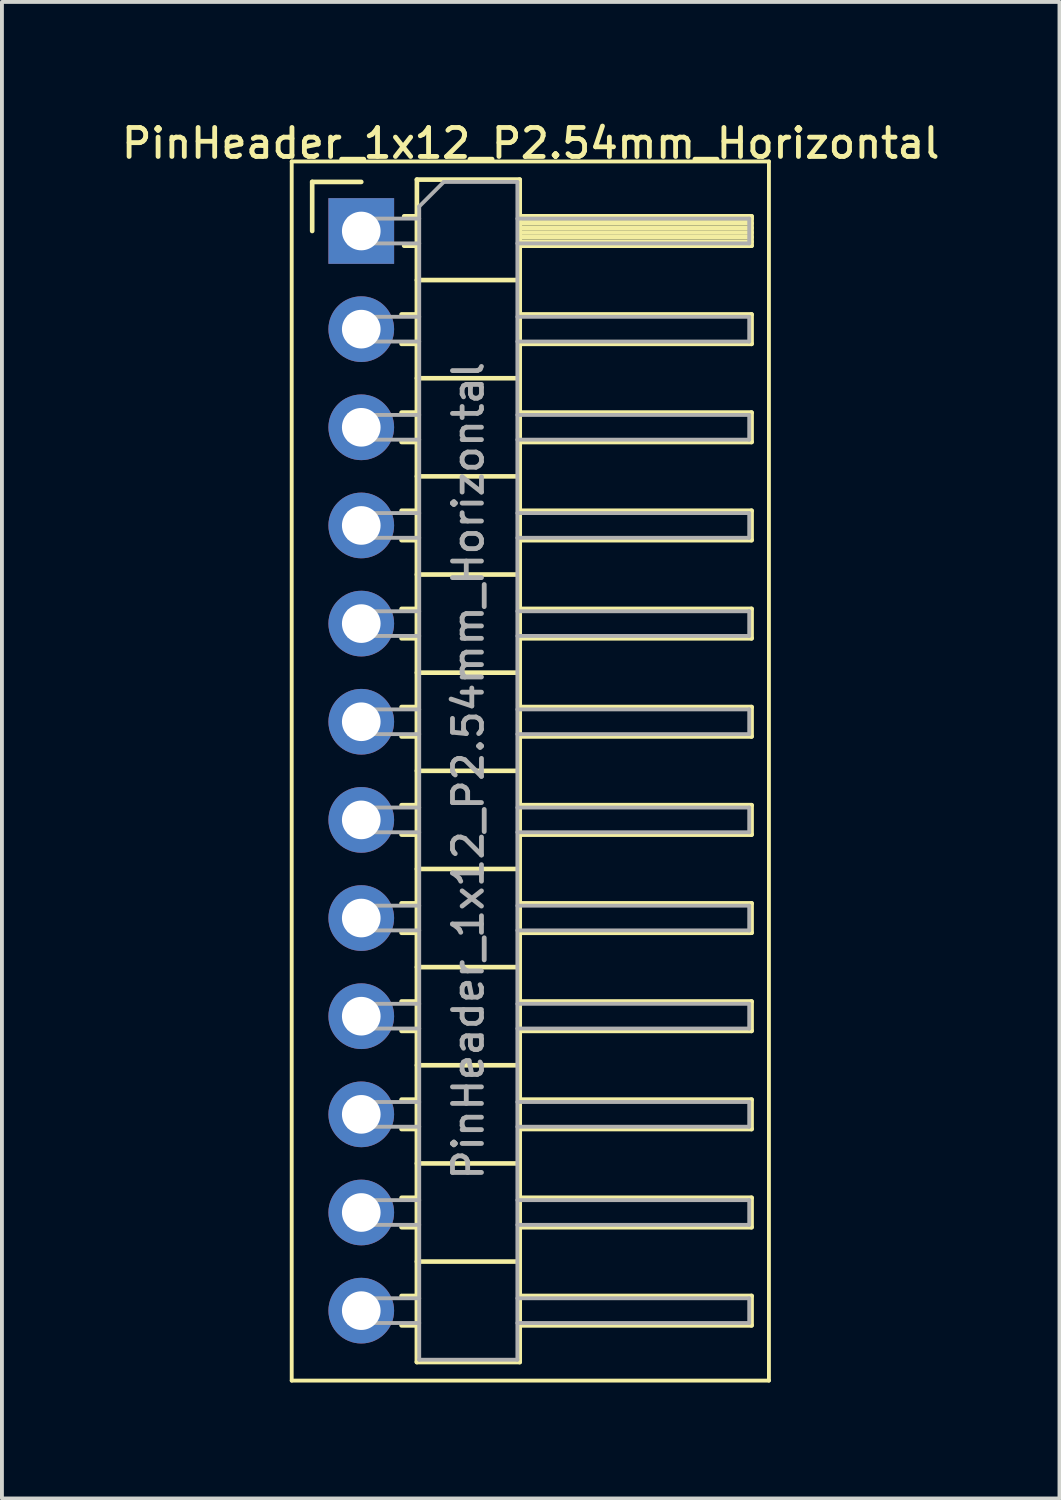
<source format=kicad_pcb>
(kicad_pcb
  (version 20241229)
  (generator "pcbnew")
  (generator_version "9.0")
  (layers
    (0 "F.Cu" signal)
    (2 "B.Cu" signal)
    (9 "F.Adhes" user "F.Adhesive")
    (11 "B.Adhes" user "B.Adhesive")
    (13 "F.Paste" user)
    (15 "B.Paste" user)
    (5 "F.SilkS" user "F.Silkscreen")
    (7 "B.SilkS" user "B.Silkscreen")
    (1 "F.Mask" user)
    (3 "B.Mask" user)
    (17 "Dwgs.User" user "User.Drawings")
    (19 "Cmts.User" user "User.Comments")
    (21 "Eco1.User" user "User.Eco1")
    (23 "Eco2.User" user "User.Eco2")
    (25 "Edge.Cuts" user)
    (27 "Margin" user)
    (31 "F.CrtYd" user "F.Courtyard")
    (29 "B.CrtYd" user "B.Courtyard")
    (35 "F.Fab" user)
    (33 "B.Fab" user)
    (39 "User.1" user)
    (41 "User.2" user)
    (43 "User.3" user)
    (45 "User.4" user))
  (footprint "PinHeader_1x12_P2.54mm_Horizontal"
    (layer "F.Cu")
    (at 6.299 2.928)
    (property "Reference" "PinHeader_1x12_P2.54mm_Horizontal" (at 4.385 -2.27 0) (layer "F.SilkS") (effects (font (size 0.75 0.75) (thickness 0.125))))
    (attr through_hole)
    (fp_line (start -1.8 -1.8) (end -1.8 29.75) (stroke (width 0.1) (type solid)) (layer "F.SilkS"))
    (fp_line (start -1.8 29.75) (end 10.55 29.75) (stroke (width 0.1) (type solid)) (layer "F.SilkS"))
    (fp_line (start -1.27 -1.27) (end 0 -1.27) (stroke (width 0.12) (type solid)) (layer "F.SilkS"))
    (fp_line (start -1.27 0) (end -1.27 -1.27) (stroke (width 0.12) (type solid)) (layer "F.SilkS"))
    (fp_line (start 1.043 2.16) (end 1.44 2.16) (stroke (width 0.12) (type solid)) (layer "F.SilkS"))
    (fp_line (start 1.043 2.92) (end 1.44 2.92) (stroke (width 0.12) (type solid)) (layer "F.SilkS"))
    (fp_line (start 1.043 4.7) (end 1.44 4.7) (stroke (width 0.12) (type solid)) (layer "F.SilkS"))
    (fp_line (start 1.043 5.46) (end 1.44 5.46) (stroke (width 0.12) (type solid)) (layer "F.SilkS"))
    (fp_line (start 1.043 7.24) (end 1.44 7.24) (stroke (width 0.12) (type solid)) (layer "F.SilkS"))
    (fp_line (start 1.043 8) (end 1.44 8) (stroke (width 0.12) (type solid)) (layer "F.SilkS"))
    (fp_line (start 1.043 9.78) (end 1.44 9.78) (stroke (width 0.12) (type solid)) (layer "F.SilkS"))
    (fp_line (start 1.043 10.54) (end 1.44 10.54) (stroke (width 0.12) (type solid)) (layer "F.SilkS"))
    (fp_line (start 1.043 12.32) (end 1.44 12.32) (stroke (width 0.12) (type solid)) (layer "F.SilkS"))
    (fp_line (start 1.043 13.08) (end 1.44 13.08) (stroke (width 0.12) (type solid)) (layer "F.SilkS"))
    (fp_line (start 1.043 14.86) (end 1.44 14.86) (stroke (width 0.12) (type solid)) (layer "F.SilkS"))
    (fp_line (start 1.043 15.62) (end 1.44 15.62) (stroke (width 0.12) (type solid)) (layer "F.SilkS"))
    (fp_line (start 1.043 17.4) (end 1.44 17.4) (stroke (width 0.12) (type solid)) (layer "F.SilkS"))
    (fp_line (start 1.043 18.16) (end 1.44 18.16) (stroke (width 0.12) (type solid)) (layer "F.SilkS"))
    (fp_line (start 1.043 19.94) (end 1.44 19.94) (stroke (width 0.12) (type solid)) (layer "F.SilkS"))
    (fp_line (start 1.043 20.7) (end 1.44 20.7) (stroke (width 0.12) (type solid)) (layer "F.SilkS"))
    (fp_line (start 1.043 22.48) (end 1.44 22.48) (stroke (width 0.12) (type solid)) (layer "F.SilkS"))
    (fp_line (start 1.043 23.24) (end 1.44 23.24) (stroke (width 0.12) (type solid)) (layer "F.SilkS"))
    (fp_line (start 1.043 25.02) (end 1.44 25.02) (stroke (width 0.12) (type solid)) (layer "F.SilkS"))
    (fp_line (start 1.043 25.78) (end 1.44 25.78) (stroke (width 0.12) (type solid)) (layer "F.SilkS"))
    (fp_line (start 1.043 27.56) (end 1.44 27.56) (stroke (width 0.12) (type solid)) (layer "F.SilkS"))
    (fp_line (start 1.043 28.32) (end 1.44 28.32) (stroke (width 0.12) (type solid)) (layer "F.SilkS"))
    (fp_line (start 1.11 -0.38) (end 1.44 -0.38) (stroke (width 0.12) (type solid)) (layer "F.SilkS"))
    (fp_line (start 1.11 0.38) (end 1.44 0.38) (stroke (width 0.12) (type solid)) (layer "F.SilkS"))
    (fp_line (start 1.44 -1.33) (end 1.44 29.27) (stroke (width 0.12) (type solid)) (layer "F.SilkS"))
    (fp_line (start 1.44 1.27) (end 4.1 1.27) (stroke (width 0.12) (type solid)) (layer "F.SilkS"))
    (fp_line (start 1.44 3.81) (end 4.1 3.81) (stroke (width 0.12) (type solid)) (layer "F.SilkS"))
    (fp_line (start 1.44 6.35) (end 4.1 6.35) (stroke (width 0.12) (type solid)) (layer "F.SilkS"))
    (fp_line (start 1.44 8.89) (end 4.1 8.89) (stroke (width 0.12) (type solid)) (layer "F.SilkS"))
    (fp_line (start 1.44 11.43) (end 4.1 11.43) (stroke (width 0.12) (type solid)) (layer "F.SilkS"))
    (fp_line (start 1.44 13.97) (end 4.1 13.97) (stroke (width 0.12) (type solid)) (layer "F.SilkS"))
    (fp_line (start 1.44 16.51) (end 4.1 16.51) (stroke (width 0.12) (type solid)) (layer "F.SilkS"))
    (fp_line (start 1.44 19.05) (end 4.1 19.05) (stroke (width 0.12) (type solid)) (layer "F.SilkS"))
    (fp_line (start 1.44 21.59) (end 4.1 21.59) (stroke (width 0.12) (type solid)) (layer "F.SilkS"))
    (fp_line (start 1.44 24.13) (end 4.1 24.13) (stroke (width 0.12) (type solid)) (layer "F.SilkS"))
    (fp_line (start 1.44 26.67) (end 4.1 26.67) (stroke (width 0.12) (type solid)) (layer "F.SilkS"))
    (fp_line (start 1.44 29.27) (end 4.1 29.27) (stroke (width 0.12) (type solid)) (layer "F.SilkS"))
    (fp_line (start 4.1 -1.33) (end 1.44 -1.33) (stroke (width 0.12) (type solid)) (layer "F.SilkS"))
    (fp_line (start 4.1 -0.38) (end 10.1 -0.38) (stroke (width 0.12) (type solid)) (layer "F.SilkS"))
    (fp_line (start 4.1 -0.32) (end 10.1 -0.32) (stroke (width 0.12) (type solid)) (layer "F.SilkS"))
    (fp_line (start 4.1 -0.2) (end 10.1 -0.2) (stroke (width 0.12) (type solid)) (layer "F.SilkS"))
    (fp_line (start 4.1 -0.08) (end 10.1 -0.08) (stroke (width 0.12) (type solid)) (layer "F.SilkS"))
    (fp_line (start 4.1 0.04) (end 10.1 0.04) (stroke (width 0.12) (type solid)) (layer "F.SilkS"))
    (fp_line (start 4.1 0.16) (end 10.1 0.16) (stroke (width 0.12) (type solid)) (layer "F.SilkS"))
    (fp_line (start 4.1 0.28) (end 10.1 0.28) (stroke (width 0.12) (type solid)) (layer "F.SilkS"))
    (fp_line (start 4.1 2.16) (end 10.1 2.16) (stroke (width 0.12) (type solid)) (layer "F.SilkS"))
    (fp_line (start 4.1 4.7) (end 10.1 4.7) (stroke (width 0.12) (type solid)) (layer "F.SilkS"))
    (fp_line (start 4.1 7.24) (end 10.1 7.24) (stroke (width 0.12) (type solid)) (layer "F.SilkS"))
    (fp_line (start 4.1 9.78) (end 10.1 9.78) (stroke (width 0.12) (type solid)) (layer "F.SilkS"))
    (fp_line (start 4.1 12.32) (end 10.1 12.32) (stroke (width 0.12) (type solid)) (layer "F.SilkS"))
    (fp_line (start 4.1 14.86) (end 10.1 14.86) (stroke (width 0.12) (type solid)) (layer "F.SilkS"))
    (fp_line (start 4.1 17.4) (end 10.1 17.4) (stroke (width 0.12) (type solid)) (layer "F.SilkS"))
    (fp_line (start 4.1 19.94) (end 10.1 19.94) (stroke (width 0.12) (type solid)) (layer "F.SilkS"))
    (fp_line (start 4.1 22.48) (end 10.1 22.48) (stroke (width 0.12) (type solid)) (layer "F.SilkS"))
    (fp_line (start 4.1 25.02) (end 10.1 25.02) (stroke (width 0.12) (type solid)) (layer "F.SilkS"))
    (fp_line (start 4.1 27.56) (end 10.1 27.56) (stroke (width 0.12) (type solid)) (layer "F.SilkS"))
    (fp_line (start 4.1 29.27) (end 4.1 -1.33) (stroke (width 0.12) (type solid)) (layer "F.SilkS"))
    (fp_line (start 10.1 -0.38) (end 10.1 0.38) (stroke (width 0.12) (type solid)) (layer "F.SilkS"))
    (fp_line (start 10.1 0.38) (end 4.1 0.38) (stroke (width 0.12) (type solid)) (layer "F.SilkS"))
    (fp_line (start 10.1 2.16) (end 10.1 2.92) (stroke (width 0.12) (type solid)) (layer "F.SilkS"))
    (fp_line (start 10.1 2.92) (end 4.1 2.92) (stroke (width 0.12) (type solid)) (layer "F.SilkS"))
    (fp_line (start 10.1 4.7) (end 10.1 5.46) (stroke (width 0.12) (type solid)) (layer "F.SilkS"))
    (fp_line (start 10.1 5.46) (end 4.1 5.46) (stroke (width 0.12) (type solid)) (layer "F.SilkS"))
    (fp_line (start 10.1 7.24) (end 10.1 8) (stroke (width 0.12) (type solid)) (layer "F.SilkS"))
    (fp_line (start 10.1 8) (end 4.1 8) (stroke (width 0.12) (type solid)) (layer "F.SilkS"))
    (fp_line (start 10.1 9.78) (end 10.1 10.54) (stroke (width 0.12) (type solid)) (layer "F.SilkS"))
    (fp_line (start 10.1 10.54) (end 4.1 10.54) (stroke (width 0.12) (type solid)) (layer "F.SilkS"))
    (fp_line (start 10.1 12.32) (end 10.1 13.08) (stroke (width 0.12) (type solid)) (layer "F.SilkS"))
    (fp_line (start 10.1 13.08) (end 4.1 13.08) (stroke (width 0.12) (type solid)) (layer "F.SilkS"))
    (fp_line (start 10.1 14.86) (end 10.1 15.62) (stroke (width 0.12) (type solid)) (layer "F.SilkS"))
    (fp_line (start 10.1 15.62) (end 4.1 15.62) (stroke (width 0.12) (type solid)) (layer "F.SilkS"))
    (fp_line (start 10.1 17.4) (end 10.1 18.16) (stroke (width 0.12) (type solid)) (layer "F.SilkS"))
    (fp_line (start 10.1 18.16) (end 4.1 18.16) (stroke (width 0.12) (type solid)) (layer "F.SilkS"))
    (fp_line (start 10.1 19.94) (end 10.1 20.7) (stroke (width 0.12) (type solid)) (layer "F.SilkS"))
    (fp_line (start 10.1 20.7) (end 4.1 20.7) (stroke (width 0.12) (type solid)) (layer "F.SilkS"))
    (fp_line (start 10.1 22.48) (end 10.1 23.24) (stroke (width 0.12) (type solid)) (layer "F.SilkS"))
    (fp_line (start 10.1 23.24) (end 4.1 23.24) (stroke (width 0.12) (type solid)) (layer "F.SilkS"))
    (fp_line (start 10.1 25.02) (end 10.1 25.78) (stroke (width 0.12) (type solid)) (layer "F.SilkS"))
    (fp_line (start 10.1 25.78) (end 4.1 25.78) (stroke (width 0.12) (type solid)) (layer "F.SilkS"))
    (fp_line (start 10.1 27.56) (end 10.1 28.32) (stroke (width 0.12) (type solid)) (layer "F.SilkS"))
    (fp_line (start 10.1 28.32) (end 4.1 28.32) (stroke (width 0.12) (type solid)) (layer "F.SilkS"))
    (fp_line (start 10.55 -1.8) (end -1.8 -1.8) (stroke (width 0.1) (type solid)) (layer "F.SilkS"))
    (fp_line (start 10.55 29.75) (end 10.55 -1.8) (stroke (width 0.1) (type solid)) (layer "F.SilkS"))
    (fp_line (start -0.32 -0.32) (end -0.32 0.32) (stroke (width 0.1) (type solid)) (layer "F.Fab"))
    (fp_line (start -0.32 -0.32) (end 1.5 -0.32) (stroke (width 0.1) (type solid)) (layer "F.Fab"))
    (fp_line (start -0.32 0.32) (end 1.5 0.32) (stroke (width 0.1) (type solid)) (layer "F.Fab"))
    (fp_line (start -0.32 2.22) (end -0.32 2.86) (stroke (width 0.1) (type solid)) (layer "F.Fab"))
    (fp_line (start -0.32 2.22) (end 1.5 2.22) (stroke (width 0.1) (type solid)) (layer "F.Fab"))
    (fp_line (start -0.32 2.86) (end 1.5 2.86) (stroke (width 0.1) (type solid)) (layer "F.Fab"))
    (fp_line (start -0.32 4.76) (end -0.32 5.4) (stroke (width 0.1) (type solid)) (layer "F.Fab"))
    (fp_line (start -0.32 4.76) (end 1.5 4.76) (stroke (width 0.1) (type solid)) (layer "F.Fab"))
    (fp_line (start -0.32 5.4) (end 1.5 5.4) (stroke (width 0.1) (type solid)) (layer "F.Fab"))
    (fp_line (start -0.32 7.3) (end -0.32 7.94) (stroke (width 0.1) (type solid)) (layer "F.Fab"))
    (fp_line (start -0.32 7.3) (end 1.5 7.3) (stroke (width 0.1) (type solid)) (layer "F.Fab"))
    (fp_line (start -0.32 7.94) (end 1.5 7.94) (stroke (width 0.1) (type solid)) (layer "F.Fab"))
    (fp_line (start -0.32 9.84) (end -0.32 10.48) (stroke (width 0.1) (type solid)) (layer "F.Fab"))
    (fp_line (start -0.32 9.84) (end 1.5 9.84) (stroke (width 0.1) (type solid)) (layer "F.Fab"))
    (fp_line (start -0.32 10.48) (end 1.5 10.48) (stroke (width 0.1) (type solid)) (layer "F.Fab"))
    (fp_line (start -0.32 12.38) (end -0.32 13.02) (stroke (width 0.1) (type solid)) (layer "F.Fab"))
    (fp_line (start -0.32 12.38) (end 1.5 12.38) (stroke (width 0.1) (type solid)) (layer "F.Fab"))
    (fp_line (start -0.32 13.02) (end 1.5 13.02) (stroke (width 0.1) (type solid)) (layer "F.Fab"))
    (fp_line (start -0.32 14.92) (end -0.32 15.56) (stroke (width 0.1) (type solid)) (layer "F.Fab"))
    (fp_line (start -0.32 14.92) (end 1.5 14.92) (stroke (width 0.1) (type solid)) (layer "F.Fab"))
    (fp_line (start -0.32 15.56) (end 1.5 15.56) (stroke (width 0.1) (type solid)) (layer "F.Fab"))
    (fp_line (start -0.32 17.46) (end -0.32 18.1) (stroke (width 0.1) (type solid)) (layer "F.Fab"))
    (fp_line (start -0.32 17.46) (end 1.5 17.46) (stroke (width 0.1) (type solid)) (layer "F.Fab"))
    (fp_line (start -0.32 18.1) (end 1.5 18.1) (stroke (width 0.1) (type solid)) (layer "F.Fab"))
    (fp_line (start -0.32 20) (end -0.32 20.64) (stroke (width 0.1) (type solid)) (layer "F.Fab"))
    (fp_line (start -0.32 20) (end 1.5 20) (stroke (width 0.1) (type solid)) (layer "F.Fab"))
    (fp_line (start -0.32 20.64) (end 1.5 20.64) (stroke (width 0.1) (type solid)) (layer "F.Fab"))
    (fp_line (start -0.32 22.54) (end -0.32 23.18) (stroke (width 0.1) (type solid)) (layer "F.Fab"))
    (fp_line (start -0.32 22.54) (end 1.5 22.54) (stroke (width 0.1) (type solid)) (layer "F.Fab"))
    (fp_line (start -0.32 23.18) (end 1.5 23.18) (stroke (width 0.1) (type solid)) (layer "F.Fab"))
    (fp_line (start -0.32 25.08) (end -0.32 25.72) (stroke (width 0.1) (type solid)) (layer "F.Fab"))
    (fp_line (start -0.32 25.08) (end 1.5 25.08) (stroke (width 0.1) (type solid)) (layer "F.Fab"))
    (fp_line (start -0.32 25.72) (end 1.5 25.72) (stroke (width 0.1) (type solid)) (layer "F.Fab"))
    (fp_line (start -0.32 27.62) (end -0.32 28.26) (stroke (width 0.1) (type solid)) (layer "F.Fab"))
    (fp_line (start -0.32 27.62) (end 1.5 27.62) (stroke (width 0.1) (type solid)) (layer "F.Fab"))
    (fp_line (start -0.32 28.26) (end 1.5 28.26) (stroke (width 0.1) (type solid)) (layer "F.Fab"))
    (fp_line (start 1.5 -0.635) (end 2.135 -1.27) (stroke (width 0.1) (type solid)) (layer "F.Fab"))
    (fp_line (start 1.5 29.21) (end 1.5 -0.635) (stroke (width 0.1) (type solid)) (layer "F.Fab"))
    (fp_line (start 2.135 -1.27) (end 4.04 -1.27) (stroke (width 0.1) (type solid)) (layer "F.Fab"))
    (fp_line (start 4.04 -1.27) (end 4.04 29.21) (stroke (width 0.1) (type solid)) (layer "F.Fab"))
    (fp_line (start 4.04 -0.32) (end 10.04 -0.32) (stroke (width 0.1) (type solid)) (layer "F.Fab"))
    (fp_line (start 4.04 0.32) (end 10.04 0.32) (stroke (width 0.1) (type solid)) (layer "F.Fab"))
    (fp_line (start 4.04 2.22) (end 10.04 2.22) (stroke (width 0.1) (type solid)) (layer "F.Fab"))
    (fp_line (start 4.04 2.86) (end 10.04 2.86) (stroke (width 0.1) (type solid)) (layer "F.Fab"))
    (fp_line (start 4.04 4.76) (end 10.04 4.76) (stroke (width 0.1) (type solid)) (layer "F.Fab"))
    (fp_line (start 4.04 5.4) (end 10.04 5.4) (stroke (width 0.1) (type solid)) (layer "F.Fab"))
    (fp_line (start 4.04 7.3) (end 10.04 7.3) (stroke (width 0.1) (type solid)) (layer "F.Fab"))
    (fp_line (start 4.04 7.94) (end 10.04 7.94) (stroke (width 0.1) (type solid)) (layer "F.Fab"))
    (fp_line (start 4.04 9.84) (end 10.04 9.84) (stroke (width 0.1) (type solid)) (layer "F.Fab"))
    (fp_line (start 4.04 10.48) (end 10.04 10.48) (stroke (width 0.1) (type solid)) (layer "F.Fab"))
    (fp_line (start 4.04 12.38) (end 10.04 12.38) (stroke (width 0.1) (type solid)) (layer "F.Fab"))
    (fp_line (start 4.04 13.02) (end 10.04 13.02) (stroke (width 0.1) (type solid)) (layer "F.Fab"))
    (fp_line (start 4.04 14.92) (end 10.04 14.92) (stroke (width 0.1) (type solid)) (layer "F.Fab"))
    (fp_line (start 4.04 15.56) (end 10.04 15.56) (stroke (width 0.1) (type solid)) (layer "F.Fab"))
    (fp_line (start 4.04 17.46) (end 10.04 17.46) (stroke (width 0.1) (type solid)) (layer "F.Fab"))
    (fp_line (start 4.04 18.1) (end 10.04 18.1) (stroke (width 0.1) (type solid)) (layer "F.Fab"))
    (fp_line (start 4.04 20) (end 10.04 20) (stroke (width 0.1) (type solid)) (layer "F.Fab"))
    (fp_line (start 4.04 20.64) (end 10.04 20.64) (stroke (width 0.1) (type solid)) (layer "F.Fab"))
    (fp_line (start 4.04 22.54) (end 10.04 22.54) (stroke (width 0.1) (type solid)) (layer "F.Fab"))
    (fp_line (start 4.04 23.18) (end 10.04 23.18) (stroke (width 0.1) (type solid)) (layer "F.Fab"))
    (fp_line (start 4.04 25.08) (end 10.04 25.08) (stroke (width 0.1) (type solid)) (layer "F.Fab"))
    (fp_line (start 4.04 25.72) (end 10.04 25.72) (stroke (width 0.1) (type solid)) (layer "F.Fab"))
    (fp_line (start 4.04 27.62) (end 10.04 27.62) (stroke (width 0.1) (type solid)) (layer "F.Fab"))
    (fp_line (start 4.04 28.26) (end 10.04 28.26) (stroke (width 0.1) (type solid)) (layer "F.Fab"))
    (fp_line (start 4.04 29.21) (end 1.5 29.21) (stroke (width 0.1) (type solid)) (layer "F.Fab"))
    (fp_line (start 10.04 -0.32) (end 10.04 0.32) (stroke (width 0.1) (type solid)) (layer "F.Fab"))
    (fp_line (start 10.04 2.22) (end 10.04 2.86) (stroke (width 0.1) (type solid)) (layer "F.Fab"))
    (fp_line (start 10.04 4.76) (end 10.04 5.4) (stroke (width 0.1) (type solid)) (layer "F.Fab"))
    (fp_line (start 10.04 7.3) (end 10.04 7.94) (stroke (width 0.1) (type solid)) (layer "F.Fab"))
    (fp_line (start 10.04 9.84) (end 10.04 10.48) (stroke (width 0.1) (type solid)) (layer "F.Fab"))
    (fp_line (start 10.04 12.38) (end 10.04 13.02) (stroke (width 0.1) (type solid)) (layer "F.Fab"))
    (fp_line (start 10.04 14.92) (end 10.04 15.56) (stroke (width 0.1) (type solid)) (layer "F.Fab"))
    (fp_line (start 10.04 17.46) (end 10.04 18.1) (stroke (width 0.1) (type solid)) (layer "F.Fab"))
    (fp_line (start 10.04 20) (end 10.04 20.64) (stroke (width 0.1) (type solid)) (layer "F.Fab"))
    (fp_line (start 10.04 22.54) (end 10.04 23.18) (stroke (width 0.1) (type solid)) (layer "F.Fab"))
    (fp_line (start 10.04 25.08) (end 10.04 25.72) (stroke (width 0.1) (type solid)) (layer "F.Fab"))
    (fp_line (start 10.04 27.62) (end 10.04 28.26) (stroke (width 0.1) (type solid)) (layer "F.Fab"))
    (fp_text user "${REFERENCE}" (at 2.77 13.97 90) (layer "F.Fab") (effects (font (size 0.75 0.75) (thickness 0.125))))
    (pad "1" thru_hole rect (at 0 0) (size 1.7 1.7) (drill 1) (layers "*.Cu" "*.Mask"))
    (pad "2" thru_hole oval (at 0 2.54) (size 1.7 1.7) (drill 1) (layers "*.Cu" "*.Mask"))
    (pad "3" thru_hole oval (at 0 5.08) (size 1.7 1.7) (drill 1) (layers "*.Cu" "*.Mask"))
    (pad "4" thru_hole oval (at 0 7.62) (size 1.7 1.7) (drill 1) (layers "*.Cu" "*.Mask"))
    (pad "5" thru_hole oval (at 0 10.16) (size 1.7 1.7) (drill 1) (layers "*.Cu" "*.Mask"))
    (pad "6" thru_hole oval (at 0 12.7) (size 1.7 1.7) (drill 1) (layers "*.Cu" "*.Mask"))
    (pad "7" thru_hole oval (at 0 15.24) (size 1.7 1.7) (drill 1) (layers "*.Cu" "*.Mask"))
    (pad "8" thru_hole oval (at 0 17.78) (size 1.7 1.7) (drill 1) (layers "*.Cu" "*.Mask"))
    (pad "9" thru_hole oval (at 0 20.32) (size 1.7 1.7) (drill 1) (layers "*.Cu" "*.Mask"))
    (pad "10" thru_hole oval (at 0 22.86) (size 1.7 1.7) (drill 1) (layers "*.Cu" "*.Mask"))
    (pad "11" thru_hole oval (at 0 25.4) (size 1.7 1.7) (drill 1) (layers "*.Cu" "*.Mask"))
    (pad "12" thru_hole oval (at 0 27.94) (size 1.7 1.7) (drill 1) (layers "*.Cu" "*.Mask")))
  (gr_rect
    (start -3 -3)
    (end 24.368 35.728)
    (stroke (width 0.1) (type default))
    (fill no)
    (layer "Edge.Cuts")))
</source>
